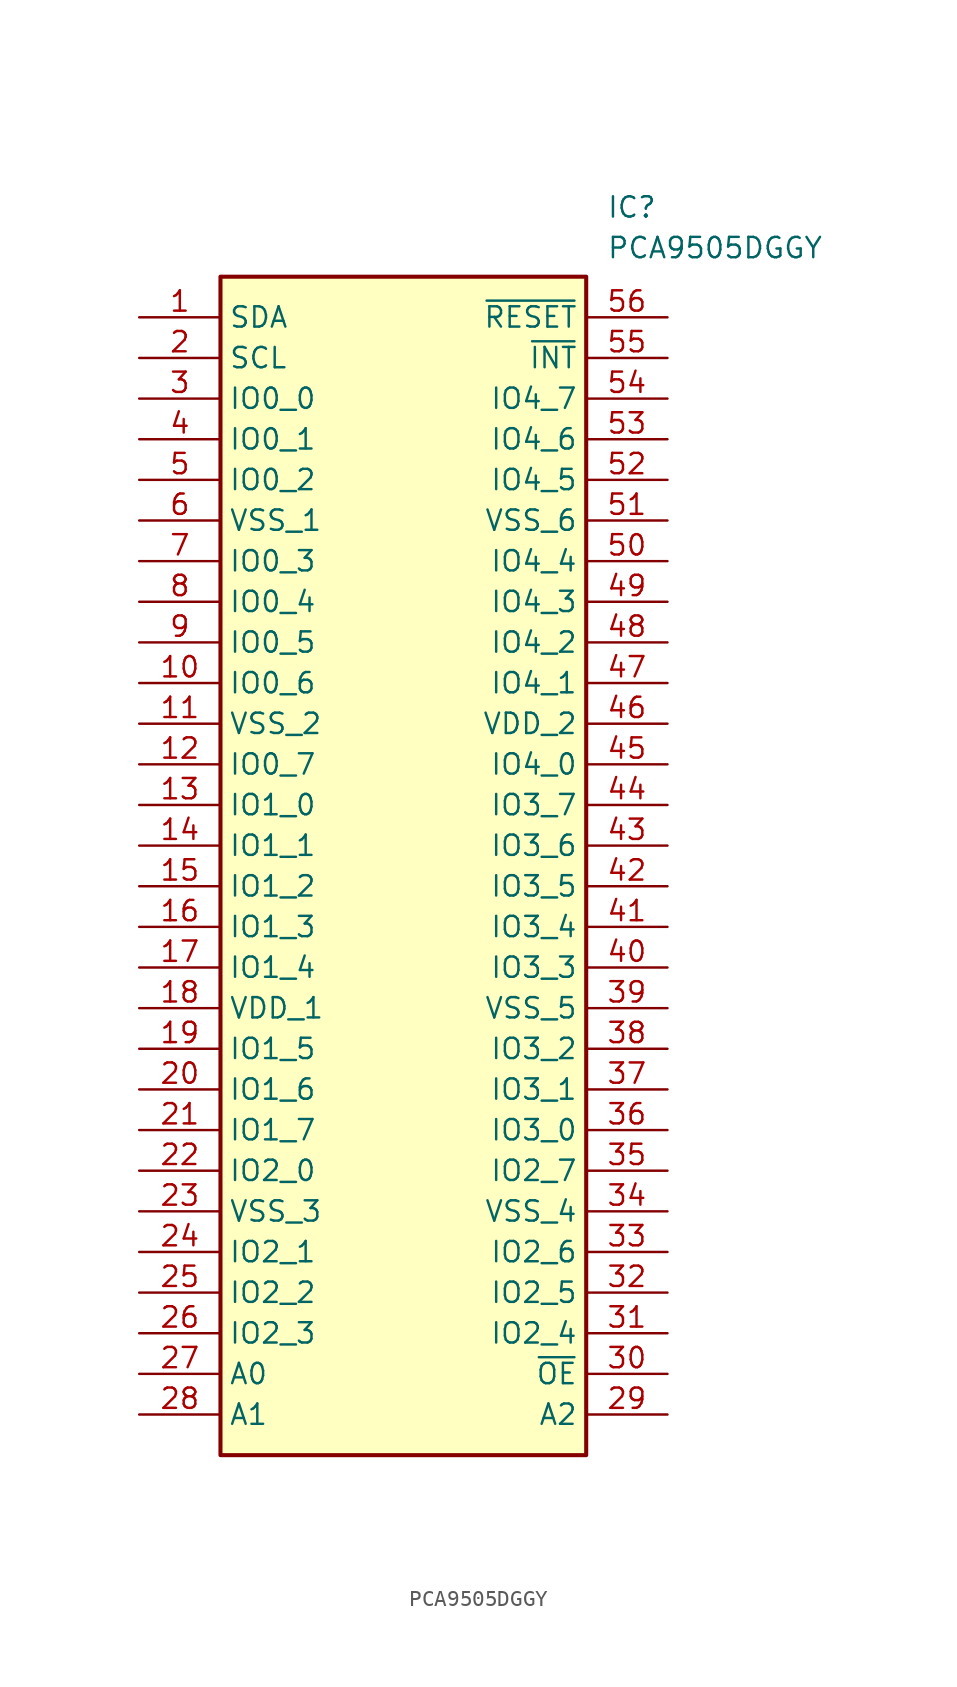
<source format=kicad_sym>
(kicad_symbol_lib
  (version 20211014)
  (generator SamacSys_ECAD_Model)
  (symbol "PCA9505DGGY"
    (property "Reference" "IC"
      (at 29.21 7.62 0)
      (effects (font (size 1.27 1.27)) (justify left top)))
    (property "Value" "PCA9505DGGY"
      (at 29.21 5.08 0)
      (effects (font (size 1.27 1.27)) (justify left top)))
    (rectangle
      (start 5.08 2.54)
      (end 27.94 -71.12)
      (stroke (width 0.254) (type default))
      (fill (type background)))
    (pin passive line
      (at 0 0 0)
      (length 5.08)
      (name "SDA" (effects (font (size 1.27 1.27))))
      (number "1" (effects (font (size 1.27 1.27)))))
    (pin passive line
      (at 0 -2.54 0)
      (length 5.08)
      (name "SCL" (effects (font (size 1.27 1.27))))
      (number "2" (effects (font (size 1.27 1.27)))))
    (pin passive line
      (at 0 -5.08 0)
      (length 5.08)
      (name "IO0_0" (effects (font (size 1.27 1.27))))
      (number "3" (effects (font (size 1.27 1.27)))))
    (pin passive line
      (at 0 -7.62 0)
      (length 5.08)
      (name "IO0_1" (effects (font (size 1.27 1.27))))
      (number "4" (effects (font (size 1.27 1.27)))))
    (pin passive line
      (at 0 -10.16 0)
      (length 5.08)
      (name "IO0_2" (effects (font (size 1.27 1.27))))
      (number "5" (effects (font (size 1.27 1.27)))))
    (pin passive line
      (at 0 -12.7 0)
      (length 5.08)
      (name "VSS_1" (effects (font (size 1.27 1.27))))
      (number "6" (effects (font (size 1.27 1.27)))))
    (pin passive line
      (at 0 -15.24 0)
      (length 5.08)
      (name "IO0_3" (effects (font (size 1.27 1.27))))
      (number "7" (effects (font (size 1.27 1.27)))))
    (pin passive line
      (at 0 -17.78 0)
      (length 5.08)
      (name "IO0_4" (effects (font (size 1.27 1.27))))
      (number "8" (effects (font (size 1.27 1.27)))))
    (pin passive line
      (at 0 -20.32 0)
      (length 5.08)
      (name "IO0_5" (effects (font (size 1.27 1.27))))
      (number "9" (effects (font (size 1.27 1.27)))))
    (pin passive line
      (at 0 -22.86 0)
      (length 5.08)
      (name "IO0_6" (effects (font (size 1.27 1.27))))
      (number "10" (effects (font (size 1.27 1.27)))))
    (pin passive line
      (at 0 -25.4 0)
      (length 5.08)
      (name "VSS_2" (effects (font (size 1.27 1.27))))
      (number "11" (effects (font (size 1.27 1.27)))))
    (pin passive line
      (at 0 -27.94 0)
      (length 5.08)
      (name "IO0_7" (effects (font (size 1.27 1.27))))
      (number "12" (effects (font (size 1.27 1.27)))))
    (pin passive line
      (at 0 -30.48 0)
      (length 5.08)
      (name "IO1_0" (effects (font (size 1.27 1.27))))
      (number "13" (effects (font (size 1.27 1.27)))))
    (pin passive line
      (at 0 -33.02 0)
      (length 5.08)
      (name "IO1_1" (effects (font (size 1.27 1.27))))
      (number "14" (effects (font (size 1.27 1.27)))))
    (pin passive line
      (at 0 -35.56 0)
      (length 5.08)
      (name "IO1_2" (effects (font (size 1.27 1.27))))
      (number "15" (effects (font (size 1.27 1.27)))))
    (pin passive line
      (at 0 -38.1 0)
      (length 5.08)
      (name "IO1_3" (effects (font (size 1.27 1.27))))
      (number "16" (effects (font (size 1.27 1.27)))))
    (pin passive line
      (at 0 -40.64 0)
      (length 5.08)
      (name "IO1_4" (effects (font (size 1.27 1.27))))
      (number "17" (effects (font (size 1.27 1.27)))))
    (pin passive line
      (at 0 -43.18 0)
      (length 5.08)
      (name "VDD_1" (effects (font (size 1.27 1.27))))
      (number "18" (effects (font (size 1.27 1.27)))))
    (pin passive line
      (at 0 -45.72 0)
      (length 5.08)
      (name "IO1_5" (effects (font (size 1.27 1.27))))
      (number "19" (effects (font (size 1.27 1.27)))))
    (pin passive line
      (at 0 -48.26 0)
      (length 5.08)
      (name "IO1_6" (effects (font (size 1.27 1.27))))
      (number "20" (effects (font (size 1.27 1.27)))))
    (pin passive line
      (at 0 -50.8 0)
      (length 5.08)
      (name "IO1_7" (effects (font (size 1.27 1.27))))
      (number "21" (effects (font (size 1.27 1.27)))))
    (pin passive line
      (at 0 -53.34 0)
      (length 5.08)
      (name "IO2_0" (effects (font (size 1.27 1.27))))
      (number "22" (effects (font (size 1.27 1.27)))))
    (pin passive line
      (at 0 -55.88 0)
      (length 5.08)
      (name "VSS_3" (effects (font (size 1.27 1.27))))
      (number "23" (effects (font (size 1.27 1.27)))))
    (pin passive line
      (at 0 -58.42 0)
      (length 5.08)
      (name "IO2_1" (effects (font (size 1.27 1.27))))
      (number "24" (effects (font (size 1.27 1.27)))))
    (pin passive line
      (at 0 -60.96 0)
      (length 5.08)
      (name "IO2_2" (effects (font (size 1.27 1.27))))
      (number "25" (effects (font (size 1.27 1.27)))))
    (pin passive line
      (at 0 -63.5 0)
      (length 5.08)
      (name "IO2_3" (effects (font (size 1.27 1.27))))
      (number "26" (effects (font (size 1.27 1.27)))))
    (pin passive line
      (at 0 -66.04 0)
      (length 5.08)
      (name "A0" (effects (font (size 1.27 1.27))))
      (number "27" (effects (font (size 1.27 1.27)))))
    (pin passive line
      (at 0 -68.58 0)
      (length 5.08)
      (name "A1" (effects (font (size 1.27 1.27))))
      (number "28" (effects (font (size 1.27 1.27)))))
    (pin passive line
      (at 33.02 0 180)
      (length 5.08)
      (name "~{RESET}" (effects (font (size 1.27 1.27))))
      (number "56" (effects (font (size 1.27 1.27)))))
    (pin passive line
      (at 33.02 -2.54 180)
      (length 5.08)
      (name "~{INT}" (effects (font (size 1.27 1.27))))
      (number "55" (effects (font (size 1.27 1.27)))))
    (pin passive line
      (at 33.02 -5.08 180)
      (length 5.08)
      (name "IO4_7" (effects (font (size 1.27 1.27))))
      (number "54" (effects (font (size 1.27 1.27)))))
    (pin passive line
      (at 33.02 -7.62 180)
      (length 5.08)
      (name "IO4_6" (effects (font (size 1.27 1.27))))
      (number "53" (effects (font (size 1.27 1.27)))))
    (pin passive line
      (at 33.02 -10.16 180)
      (length 5.08)
      (name "IO4_5" (effects (font (size 1.27 1.27))))
      (number "52" (effects (font (size 1.27 1.27)))))
    (pin passive line
      (at 33.02 -12.7 180)
      (length 5.08)
      (name "VSS_6" (effects (font (size 1.27 1.27))))
      (number "51" (effects (font (size 1.27 1.27)))))
    (pin passive line
      (at 33.02 -15.24 180)
      (length 5.08)
      (name "IO4_4" (effects (font (size 1.27 1.27))))
      (number "50" (effects (font (size 1.27 1.27)))))
    (pin passive line
      (at 33.02 -17.78 180)
      (length 5.08)
      (name "IO4_3" (effects (font (size 1.27 1.27))))
      (number "49" (effects (font (size 1.27 1.27)))))
    (pin passive line
      (at 33.02 -20.32 180)
      (length 5.08)
      (name "IO4_2" (effects (font (size 1.27 1.27))))
      (number "48" (effects (font (size 1.27 1.27)))))
    (pin passive line
      (at 33.02 -22.86 180)
      (length 5.08)
      (name "IO4_1" (effects (font (size 1.27 1.27))))
      (number "47" (effects (font (size 1.27 1.27)))))
    (pin passive line
      (at 33.02 -25.4 180)
      (length 5.08)
      (name "VDD_2" (effects (font (size 1.27 1.27))))
      (number "46" (effects (font (size 1.27 1.27)))))
    (pin passive line
      (at 33.02 -27.94 180)
      (length 5.08)
      (name "IO4_0" (effects (font (size 1.27 1.27))))
      (number "45" (effects (font (size 1.27 1.27)))))
    (pin passive line
      (at 33.02 -30.48 180)
      (length 5.08)
      (name "IO3_7" (effects (font (size 1.27 1.27))))
      (number "44" (effects (font (size 1.27 1.27)))))
    (pin passive line
      (at 33.02 -33.02 180)
      (length 5.08)
      (name "IO3_6" (effects (font (size 1.27 1.27))))
      (number "43" (effects (font (size 1.27 1.27)))))
    (pin passive line
      (at 33.02 -35.56 180)
      (length 5.08)
      (name "IO3_5" (effects (font (size 1.27 1.27))))
      (number "42" (effects (font (size 1.27 1.27)))))
    (pin passive line
      (at 33.02 -38.1 180)
      (length 5.08)
      (name "IO3_4" (effects (font (size 1.27 1.27))))
      (number "41" (effects (font (size 1.27 1.27)))))
    (pin passive line
      (at 33.02 -40.64 180)
      (length 5.08)
      (name "IO3_3" (effects (font (size 1.27 1.27))))
      (number "40" (effects (font (size 1.27 1.27)))))
    (pin passive line
      (at 33.02 -43.18 180)
      (length 5.08)
      (name "VSS_5" (effects (font (size 1.27 1.27))))
      (number "39" (effects (font (size 1.27 1.27)))))
    (pin passive line
      (at 33.02 -45.72 180)
      (length 5.08)
      (name "IO3_2" (effects (font (size 1.27 1.27))))
      (number "38" (effects (font (size 1.27 1.27)))))
    (pin passive line
      (at 33.02 -48.26 180)
      (length 5.08)
      (name "IO3_1" (effects (font (size 1.27 1.27))))
      (number "37" (effects (font (size 1.27 1.27)))))
    (pin passive line
      (at 33.02 -50.8 180)
      (length 5.08)
      (name "IO3_0" (effects (font (size 1.27 1.27))))
      (number "36" (effects (font (size 1.27 1.27)))))
    (pin passive line
      (at 33.02 -53.34 180)
      (length 5.08)
      (name "IO2_7" (effects (font (size 1.27 1.27))))
      (number "35" (effects (font (size 1.27 1.27)))))
    (pin passive line
      (at 33.02 -55.88 180)
      (length 5.08)
      (name "VSS_4" (effects (font (size 1.27 1.27))))
      (number "34" (effects (font (size 1.27 1.27)))))
    (pin passive line
      (at 33.02 -58.42 180)
      (length 5.08)
      (name "IO2_6" (effects (font (size 1.27 1.27))))
      (number "33" (effects (font (size 1.27 1.27)))))
    (pin passive line
      (at 33.02 -60.96 180)
      (length 5.08)
      (name "IO2_5" (effects (font (size 1.27 1.27))))
      (number "32" (effects (font (size 1.27 1.27)))))
    (pin passive line
      (at 33.02 -63.5 180)
      (length 5.08)
      (name "IO2_4" (effects (font (size 1.27 1.27))))
      (number "31" (effects (font (size 1.27 1.27)))))
    (pin passive line
      (at 33.02 -66.04 180)
      (length 5.08)
      (name "~{OE}" (effects (font (size 1.27 1.27))))
      (number "30" (effects (font (size 1.27 1.27)))))
    (pin passive line
      (at 33.02 -68.58 180)
      (length 5.08)
      (name "A2" (effects (font (size 1.27 1.27))))
      (number "29" (effects (font (size 1.27 1.27)))))))
</source>
